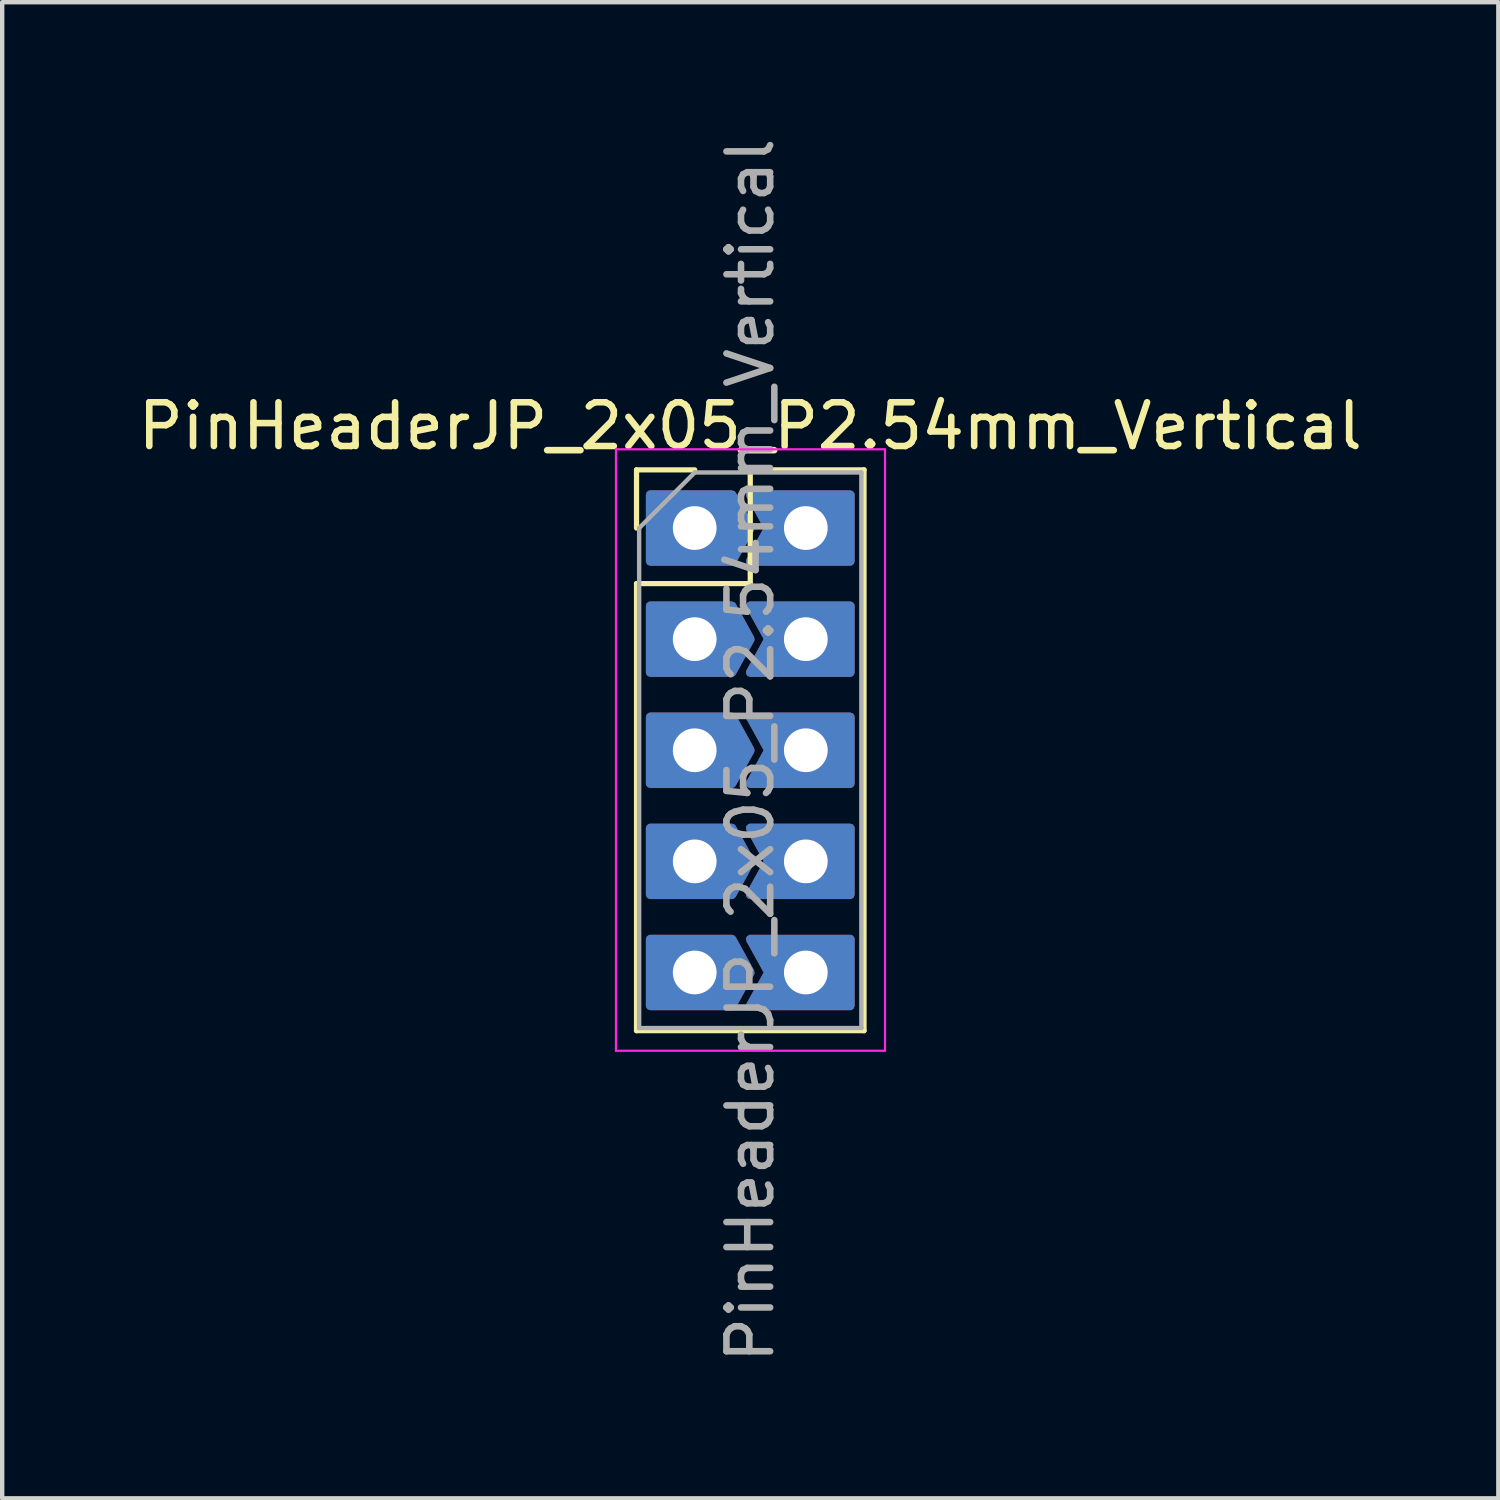
<source format=kicad_pcb>
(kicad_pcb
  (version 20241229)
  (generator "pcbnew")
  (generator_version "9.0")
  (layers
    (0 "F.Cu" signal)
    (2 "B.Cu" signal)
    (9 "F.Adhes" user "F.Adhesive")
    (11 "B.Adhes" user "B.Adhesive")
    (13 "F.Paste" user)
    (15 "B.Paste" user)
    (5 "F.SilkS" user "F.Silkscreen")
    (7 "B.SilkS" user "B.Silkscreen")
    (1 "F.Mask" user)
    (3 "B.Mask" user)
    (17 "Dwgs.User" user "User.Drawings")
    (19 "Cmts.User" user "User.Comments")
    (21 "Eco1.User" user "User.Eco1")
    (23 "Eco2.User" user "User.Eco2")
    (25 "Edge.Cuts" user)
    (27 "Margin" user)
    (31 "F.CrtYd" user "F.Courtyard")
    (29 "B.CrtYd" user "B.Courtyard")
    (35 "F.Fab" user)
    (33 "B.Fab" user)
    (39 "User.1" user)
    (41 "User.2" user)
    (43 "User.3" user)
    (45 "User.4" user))
  (footprint "PinHeaderJP_2x05_P2.54mm_Vertical"
    (layer "F.Cu")
    (at 12.831 9.021)
    (property "Reference" "PinHeaderJP_2x05_P2.54mm_Vertical" (at 1.27 -2.33 0) (layer "F.SilkS") (effects (font (size 1 1) (thickness 0.15))))
    (attr through_hole)
    (fp_line (start -1.33 -1.33) (end 0 -1.33) (stroke (width 0.12) (type solid)) (layer "F.SilkS"))
    (fp_line (start -1.33 0) (end -1.33 -1.33) (stroke (width 0.12) (type solid)) (layer "F.SilkS"))
    (fp_line (start -1.33 1.27) (end -1.33 11.49) (stroke (width 0.12) (type solid)) (layer "F.SilkS"))
    (fp_line (start -1.33 1.27) (end 1.27 1.27) (stroke (width 0.12) (type solid)) (layer "F.SilkS"))
    (fp_line (start -1.33 11.49) (end 3.87 11.49) (stroke (width 0.12) (type solid)) (layer "F.SilkS"))
    (fp_line (start 1.27 -1.33) (end 3.87 -1.33) (stroke (width 0.12) (type solid)) (layer "F.SilkS"))
    (fp_line (start 1.27 1.27) (end 1.27 -1.33) (stroke (width 0.12) (type solid)) (layer "F.SilkS"))
    (fp_line (start 3.87 -1.33) (end 3.87 11.49) (stroke (width 0.12) (type solid)) (layer "F.SilkS"))
    (fp_line (start -1.8 -1.8) (end -1.8 11.95) (stroke (width 0.05) (type solid)) (layer "F.CrtYd"))
    (fp_line (start -1.8 11.95) (end 4.35 11.95) (stroke (width 0.05) (type solid)) (layer "F.CrtYd"))
    (fp_line (start 4.35 -1.8) (end -1.8 -1.8) (stroke (width 0.05) (type solid)) (layer "F.CrtYd"))
    (fp_line (start 4.35 11.95) (end 4.35 -1.8) (stroke (width 0.05) (type solid)) (layer "F.CrtYd"))
    (fp_line (start -1.27 0) (end 0 -1.27) (stroke (width 0.1) (type solid)) (layer "F.Fab"))
    (fp_line (start -1.27 11.43) (end -1.27 0) (stroke (width 0.1) (type solid)) (layer "F.Fab"))
    (fp_line (start 0 -1.27) (end 3.81 -1.27) (stroke (width 0.1) (type solid)) (layer "F.Fab"))
    (fp_line (start 3.81 -1.27) (end 3.81 11.43) (stroke (width 0.1) (type solid)) (layer "F.Fab"))
    (fp_line (start 3.81 11.43) (end -1.27 11.43) (stroke (width 0.1) (type solid)) (layer "F.Fab"))
    (fp_text user "${REFERENCE}" (at 1.27 5.08 90) (layer "F.Fab") (effects (font (size 1 1) (thickness 0.15))))
    (pad "1" thru_hole custom (at 0 0) (size 1.7 1.7) (drill 1) (layers "*.Cu" "*.Mask") (options (anchor rect)) (primitives (gr_poly (pts (xy -1.016 -0.762) (xy -1.016 0.762) (xy 0.85 0.762) (xy 1.27 0) (xy 0.85 -0.762)) (width 0.2) (fill yes))))
    (pad "2" thru_hole custom (at 2.54 0) (size 1.7 1.7) (drill 1) (layers "*.Cu" "*.Mask") (options (anchor circle)) (primitives (gr_poly (pts (xy 0.85 0) (xy 0.831 -0.177) (xy 0.777 -0.346) (xy 0.688 -0.5) (xy 0.569 -0.632) (xy 0.425 -0.736) (xy 0.263 -0.808) (xy 0.089 -0.845) (xy -0.089 -0.845) (xy -0.263 -0.808) (xy -0.425 -0.736) (xy -0.569 -0.632) (xy -0.688 -0.5) (xy -0.777 -0.346) (xy -0.831 -0.177) (xy -0.85 0) (xy -0.831 0.177) (xy -0.777 0.346) (xy -0.688 0.5) (xy -0.569 0.632) (xy -0.425 0.736) (xy -0.263 0.808) (xy -0.089 0.845) (xy 0.089 0.845) (xy 0.263 0.808) (xy 0.425 0.736) (xy 0.569 0.632) (xy 0.688 0.5) (xy 0.777 0.346) (xy 0.831 0.177) (xy 0.85 0)) (width 0) (fill yes)) (gr_poly (pts (xy -1.27 -0.762) (xy -0.85 0) (xy -1.27 0.762) (xy 1.016 0.762) (xy 1.016 -0.762)) (width 0.2) (fill yes))))
    (pad "3" thru_hole custom (at 0 2.54) (size 1.7 1.7) (drill 1) (layers "*.Cu" "*.Mask") (options (anchor circle)) (primitives (gr_poly (pts (xy 0.85 0) (xy 0.831 -0.177) (xy 0.777 -0.346) (xy 0.688 -0.5) (xy 0.569 -0.632) (xy 0.425 -0.736) (xy 0.263 -0.808) (xy 0.089 -0.845) (xy -0.089 -0.845) (xy -0.263 -0.808) (xy -0.425 -0.736) (xy -0.569 -0.632) (xy -0.688 -0.5) (xy -0.777 -0.346) (xy -0.831 -0.177) (xy -0.85 0) (xy -0.831 0.177) (xy -0.777 0.346) (xy -0.688 0.5) (xy -0.569 0.632) (xy -0.425 0.736) (xy -0.263 0.808) (xy -0.089 0.845) (xy 0.089 0.845) (xy 0.263 0.808) (xy 0.425 0.736) (xy 0.569 0.632) (xy 0.688 0.5) (xy 0.777 0.346) (xy 0.831 0.177) (xy 0.85 0)) (width 0) (fill yes)) (gr_poly (pts (xy -1.016 -0.762) (xy -1.016 0.762) (xy 0.85 0.762) (xy 1.27 0) (xy 0.85 -0.762)) (width 0.2) (fill yes))))
    (pad "4" thru_hole custom (at 2.54 2.54) (size 1.7 1.7) (drill 1) (layers "*.Cu" "*.Mask") (options (anchor circle)) (primitives (gr_poly (pts (xy 0.85 0) (xy 0.831 -0.177) (xy 0.777 -0.346) (xy 0.688 -0.5) (xy 0.569 -0.632) (xy 0.425 -0.736) (xy 0.263 -0.808) (xy 0.089 -0.845) (xy -0.089 -0.845) (xy -0.263 -0.808) (xy -0.425 -0.736) (xy -0.569 -0.632) (xy -0.688 -0.5) (xy -0.777 -0.346) (xy -0.831 -0.177) (xy -0.85 0) (xy -0.831 0.177) (xy -0.777 0.346) (xy -0.688 0.5) (xy -0.569 0.632) (xy -0.425 0.736) (xy -0.263 0.808) (xy -0.089 0.845) (xy 0.089 0.845) (xy 0.263 0.808) (xy 0.425 0.736) (xy 0.569 0.632) (xy 0.688 0.5) (xy 0.777 0.346) (xy 0.831 0.177) (xy 0.85 0)) (width 0) (fill yes)) (gr_poly (pts (xy -1.27 -0.762) (xy -0.85 0) (xy -1.27 0.762) (xy 1.016 0.762) (xy 1.016 -0.762)) (width 0.2) (fill yes))))
    (pad "5" thru_hole custom (at 0 5.08) (size 1.7 1.7) (drill 1) (layers "*.Cu" "*.Mask") (options (anchor circle)) (primitives (gr_poly (pts (xy 0.85 0) (xy 0.831 -0.177) (xy 0.777 -0.346) (xy 0.688 -0.5) (xy 0.569 -0.632) (xy 0.425 -0.736) (xy 0.263 -0.808) (xy 0.089 -0.845) (xy -0.089 -0.845) (xy -0.263 -0.808) (xy -0.425 -0.736) (xy -0.569 -0.632) (xy -0.688 -0.5) (xy -0.777 -0.346) (xy -0.831 -0.177) (xy -0.85 0) (xy -0.831 0.177) (xy -0.777 0.346) (xy -0.688 0.5) (xy -0.569 0.632) (xy -0.425 0.736) (xy -0.263 0.808) (xy -0.089 0.845) (xy 0.089 0.845) (xy 0.263 0.808) (xy 0.425 0.736) (xy 0.569 0.632) (xy 0.688 0.5) (xy 0.777 0.346) (xy 0.831 0.177) (xy 0.85 0)) (width 0) (fill yes)) (gr_poly (pts (xy -1.016 -0.762) (xy -1.016 0.762) (xy 0.85 0.762) (xy 1.27 0) (xy 0.85 -0.762)) (width 0.2) (fill yes))))
    (pad "6" thru_hole custom (at 2.54 5.08) (size 1.7 1.7) (drill 1) (layers "*.Cu" "*.Mask") (options (anchor circle)) (primitives (gr_poly (pts (xy 0.85 0) (xy 0.831 -0.177) (xy 0.777 -0.346) (xy 0.688 -0.5) (xy 0.569 -0.632) (xy 0.425 -0.736) (xy 0.263 -0.808) (xy 0.089 -0.845) (xy -0.089 -0.845) (xy -0.263 -0.808) (xy -0.425 -0.736) (xy -0.569 -0.632) (xy -0.688 -0.5) (xy -0.777 -0.346) (xy -0.831 -0.177) (xy -0.85 0) (xy -0.831 0.177) (xy -0.777 0.346) (xy -0.688 0.5) (xy -0.569 0.632) (xy -0.425 0.736) (xy -0.263 0.808) (xy -0.089 0.845) (xy 0.089 0.845) (xy 0.263 0.808) (xy 0.425 0.736) (xy 0.569 0.632) (xy 0.688 0.5) (xy 0.777 0.346) (xy 0.831 0.177) (xy 0.85 0)) (width 0) (fill yes)) (gr_poly (pts (xy -1.27 -0.762) (xy -0.85 0) (xy -1.27 0.762) (xy 1.016 0.762) (xy 1.016 -0.762)) (width 0.2) (fill yes))))
    (pad "7" thru_hole custom (at 0 7.62) (size 1.7 1.7) (drill 1) (layers "*.Cu" "*.Mask") (options (anchor circle)) (primitives (gr_poly (pts (xy 0.85 0) (xy 0.831 -0.177) (xy 0.777 -0.346) (xy 0.688 -0.5) (xy 0.569 -0.632) (xy 0.425 -0.736) (xy 0.263 -0.808) (xy 0.089 -0.845) (xy -0.089 -0.845) (xy -0.263 -0.808) (xy -0.425 -0.736) (xy -0.569 -0.632) (xy -0.688 -0.5) (xy -0.777 -0.346) (xy -0.831 -0.177) (xy -0.85 0) (xy -0.831 0.177) (xy -0.777 0.346) (xy -0.688 0.5) (xy -0.569 0.632) (xy -0.425 0.736) (xy -0.263 0.808) (xy -0.089 0.845) (xy 0.089 0.845) (xy 0.263 0.808) (xy 0.425 0.736) (xy 0.569 0.632) (xy 0.688 0.5) (xy 0.777 0.346) (xy 0.831 0.177) (xy 0.85 0)) (width 0) (fill yes)) (gr_poly (pts (xy -1.016 -0.762) (xy -1.016 0.762) (xy 0.85 0.762) (xy 1.27 0) (xy 0.85 -0.762)) (width 0.2) (fill yes))))
    (pad "8" thru_hole custom (at 2.54 7.62) (size 1.7 1.7) (drill 1) (layers "*.Cu" "*.Mask") (options (anchor circle)) (primitives (gr_poly (pts (xy 0.85 0) (xy 0.831 -0.177) (xy 0.777 -0.346) (xy 0.688 -0.5) (xy 0.569 -0.632) (xy 0.425 -0.736) (xy 0.263 -0.808) (xy 0.089 -0.845) (xy -0.089 -0.845) (xy -0.263 -0.808) (xy -0.425 -0.736) (xy -0.569 -0.632) (xy -0.688 -0.5) (xy -0.777 -0.346) (xy -0.831 -0.177) (xy -0.85 0) (xy -0.831 0.177) (xy -0.777 0.346) (xy -0.688 0.5) (xy -0.569 0.632) (xy -0.425 0.736) (xy -0.263 0.808) (xy -0.089 0.845) (xy 0.089 0.845) (xy 0.263 0.808) (xy 0.425 0.736) (xy 0.569 0.632) (xy 0.688 0.5) (xy 0.777 0.346) (xy 0.831 0.177) (xy 0.85 0)) (width 0) (fill yes)) (gr_poly (pts (xy -1.27 -0.762) (xy -0.85 0) (xy -1.27 0.762) (xy 1.016 0.762) (xy 1.016 -0.762)) (width 0.2) (fill yes))))
    (pad "9" thru_hole custom (at 0 10.16) (size 1.7 1.7) (drill 1) (layers "*.Cu" "*.Mask") (options (anchor circle)) (primitives (gr_poly (pts (xy 0.85 0) (xy 0.831 -0.177) (xy 0.777 -0.346) (xy 0.688 -0.5) (xy 0.569 -0.632) (xy 0.425 -0.736) (xy 0.263 -0.808) (xy 0.089 -0.845) (xy -0.089 -0.845) (xy -0.263 -0.808) (xy -0.425 -0.736) (xy -0.569 -0.632) (xy -0.688 -0.5) (xy -0.777 -0.346) (xy -0.831 -0.177) (xy -0.85 0) (xy -0.831 0.177) (xy -0.777 0.346) (xy -0.688 0.5) (xy -0.569 0.632) (xy -0.425 0.736) (xy -0.263 0.808) (xy -0.089 0.845) (xy 0.089 0.845) (xy 0.263 0.808) (xy 0.425 0.736) (xy 0.569 0.632) (xy 0.688 0.5) (xy 0.777 0.346) (xy 0.831 0.177) (xy 0.85 0)) (width 0) (fill yes)) (gr_poly (pts (xy -1.016 -0.762) (xy -1.016 0.762) (xy 0.85 0.762) (xy 1.27 0) (xy 0.85 -0.762)) (width 0.2) (fill yes))))
    (pad "10" thru_hole custom (at 2.54 10.16) (size 1.7 1.7) (drill 1) (layers "*.Cu" "*.Mask") (options (anchor circle)) (primitives (gr_poly (pts (xy 0.85 0) (xy 0.831 -0.177) (xy 0.777 -0.346) (xy 0.688 -0.5) (xy 0.569 -0.632) (xy 0.425 -0.736) (xy 0.263 -0.808) (xy 0.089 -0.845) (xy -0.089 -0.845) (xy -0.263 -0.808) (xy -0.425 -0.736) (xy -0.569 -0.632) (xy -0.688 -0.5) (xy -0.777 -0.346) (xy -0.831 -0.177) (xy -0.85 0) (xy -0.831 0.177) (xy -0.777 0.346) (xy -0.688 0.5) (xy -0.569 0.632) (xy -0.425 0.736) (xy -0.263 0.808) (xy -0.089 0.845) (xy 0.089 0.845) (xy 0.263 0.808) (xy 0.425 0.736) (xy 0.569 0.632) (xy 0.688 0.5) (xy 0.777 0.346) (xy 0.831 0.177) (xy 0.85 0)) (width 0) (fill yes)) (gr_poly (pts (xy -1.27 -0.762) (xy -0.85 0) (xy -1.27 0.762) (xy 1.016 0.762) (xy 1.016 -0.762)) (width 0.2) (fill yes)))))
  (gr_rect
    (start -3 -3)
    (end 31.202 31.202)
    (stroke (width 0.1) (type default))
    (fill no)
    (layer "Edge.Cuts")))
</source>
